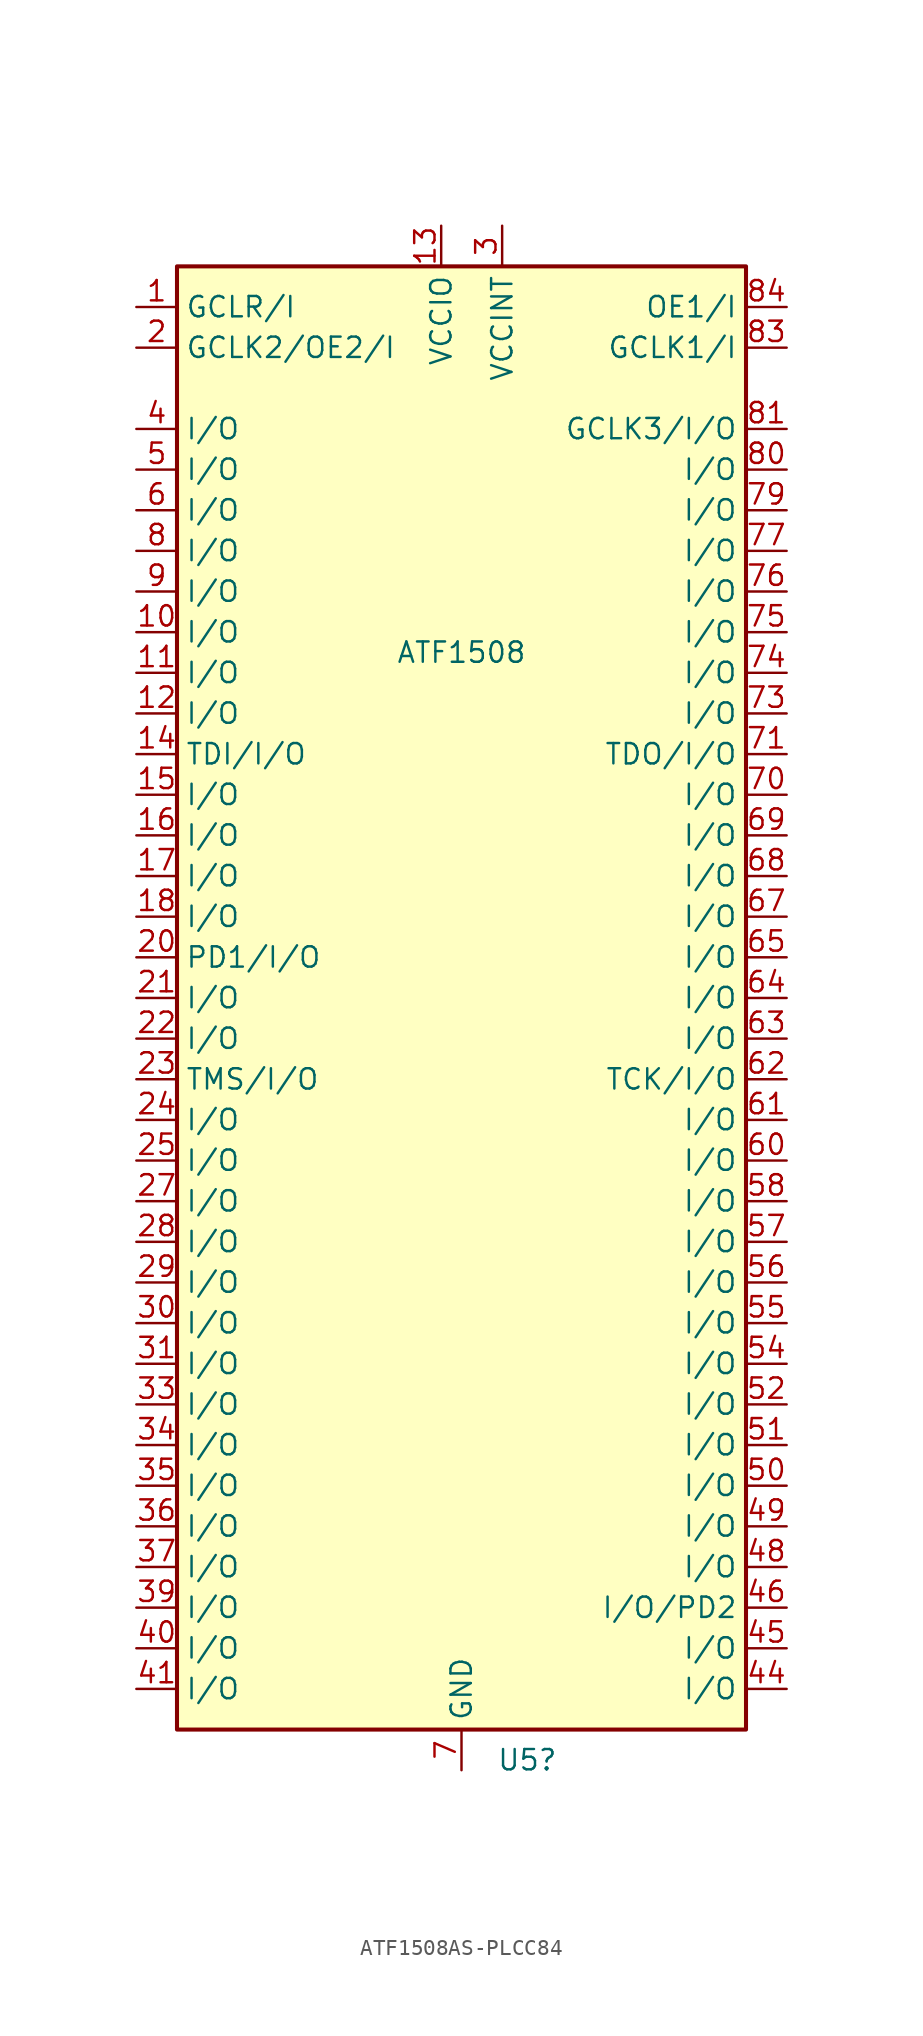
<source format=kicad_sym>
(kicad_symbol_lib
  (version 20231120)
  (generator "kicad_symbol_editor")
  (generator_version "8.0")
  (symbol "ATF1508AS-PLCC84"
    (property "Reference" "U5"
      (at 2.194 -47.625 0)
      (effects (font (size 1.27 1.27)) (justify left)))
    (property "Value" "ATF1508"
      (at 0 21.59 0)
      (effects (font (size 1.27 1.27))))
    (symbol "ATF1508AS-PLCC84_0_1"
      (rectangle (start -17.78 45.72) (end 17.78 -45.72) (stroke (width 0.254) (type default)) (fill (type background))))
    (symbol "ATF1508AS-PLCC84_1_1"
      (pin input line (at -20.32 43.18 0) (length 2.54) (name "GCLR/I" (effects (font (size 1.27 1.27)))) (number "1" (effects (font (size 1.27 1.27)))))
      (pin bidirectional line (at -20.32 22.86 0) (length 2.54) (name "I/O" (effects (font (size 1.27 1.27)))) (number "10" (effects (font (size 1.27 1.27)))))
      (pin bidirectional line (at -20.32 20.32 0) (length 2.54) (name "I/O" (effects (font (size 1.27 1.27)))) (number "11" (effects (font (size 1.27 1.27)))))
      (pin bidirectional line (at -20.32 17.78 0) (length 2.54) (name "I/O" (effects (font (size 1.27 1.27)))) (number "12" (effects (font (size 1.27 1.27)))))
      (pin power_in line (at -1.27 48.26 270) (length 2.54) (name "VCCIO" (effects (font (size 1.27 1.27)))) (number "13" (effects (font (size 1.27 1.27)))))
      (pin bidirectional line (at -20.32 15.24 0) (length 2.54) (name "TDI/I/O" (effects (font (size 1.27 1.27)))) (number "14" (effects (font (size 1.27 1.27)))))
      (pin bidirectional line (at -20.32 12.7 0) (length 2.54) (name "I/O" (effects (font (size 1.27 1.27)))) (number "15" (effects (font (size 1.27 1.27)))))
      (pin bidirectional line (at -20.32 10.16 0) (length 2.54) (name "I/O" (effects (font (size 1.27 1.27)))) (number "16" (effects (font (size 1.27 1.27)))))
      (pin bidirectional line (at -20.32 7.62 0) (length 2.54) (name "I/O" (effects (font (size 1.27 1.27)))) (number "17" (effects (font (size 1.27 1.27)))))
      (pin bidirectional line (at -20.32 5.08 0) (length 2.54) (name "I/O" (effects (font (size 1.27 1.27)))) (number "18" (effects (font (size 1.27 1.27)))))
      (pin passive line (at 0 -48.26 90) (length 2.54) hide (name "GND" (effects (font (size 1.27 1.27)))) (number "19" (effects (font (size 1.27 1.27)))))
      (pin input line (at -20.32 40.64 0) (length 2.54) (name "GCLK2/OE2/I" (effects (font (size 1.27 1.27)))) (number "2" (effects (font (size 1.27 1.27)))))
      (pin bidirectional line (at -20.32 2.54 0) (length 2.54) (name "PD1/I/O" (effects (font (size 1.27 1.27)))) (number "20" (effects (font (size 1.27 1.27)))))
      (pin bidirectional line (at -20.32 0 0) (length 2.54) (name "I/O" (effects (font (size 1.27 1.27)))) (number "21" (effects (font (size 1.27 1.27)))))
      (pin bidirectional line (at -20.32 -2.54 0) (length 2.54) (name "I/O" (effects (font (size 1.27 1.27)))) (number "22" (effects (font (size 1.27 1.27)))))
      (pin bidirectional line (at -20.32 -5.08 0) (length 2.54) (name "TMS/I/O" (effects (font (size 1.27 1.27)))) (number "23" (effects (font (size 1.27 1.27)))))
      (pin bidirectional line (at -20.32 -7.62 0) (length 2.54) (name "I/O" (effects (font (size 1.27 1.27)))) (number "24" (effects (font (size 1.27 1.27)))))
      (pin bidirectional line (at -20.32 -10.16 0) (length 2.54) (name "I/O" (effects (font (size 1.27 1.27)))) (number "25" (effects (font (size 1.27 1.27)))))
      (pin passive line (at -1.27 48.26 270) (length 2.54) hide (name "VCCIO" (effects (font (size 1.27 1.27)))) (number "26" (effects (font (size 1.27 1.27)))))
      (pin bidirectional line (at -20.32 -12.7 0) (length 2.54) (name "I/O" (effects (font (size 1.27 1.27)))) (number "27" (effects (font (size 1.27 1.27)))))
      (pin bidirectional line (at -20.32 -15.24 0) (length 2.54) (name "I/O" (effects (font (size 1.27 1.27)))) (number "28" (effects (font (size 1.27 1.27)))))
      (pin bidirectional line (at -20.32 -17.78 0) (length 2.54) (name "I/O" (effects (font (size 1.27 1.27)))) (number "29" (effects (font (size 1.27 1.27)))))
      (pin power_in line (at 2.54 48.26 270) (length 2.54) (name "VCCINT" (effects (font (size 1.27 1.27)))) (number "3" (effects (font (size 1.27 1.27)))))
      (pin bidirectional line (at -20.32 -20.32 0) (length 2.54) (name "I/O" (effects (font (size 1.27 1.27)))) (number "30" (effects (font (size 1.27 1.27)))))
      (pin bidirectional line (at -20.32 -22.86 0) (length 2.54) (name "I/O" (effects (font (size 1.27 1.27)))) (number "31" (effects (font (size 1.27 1.27)))))
      (pin passive line (at 0 -48.26 90) (length 2.54) hide (name "GND" (effects (font (size 1.27 1.27)))) (number "32" (effects (font (size 1.27 1.27)))))
      (pin bidirectional line (at -20.32 -25.4 0) (length 2.54) (name "I/O" (effects (font (size 1.27 1.27)))) (number "33" (effects (font (size 1.27 1.27)))))
      (pin bidirectional line (at -20.32 -27.94 0) (length 2.54) (name "I/O" (effects (font (size 1.27 1.27)))) (number "34" (effects (font (size 1.27 1.27)))))
      (pin bidirectional line (at -20.32 -30.48 0) (length 2.54) (name "I/O" (effects (font (size 1.27 1.27)))) (number "35" (effects (font (size 1.27 1.27)))))
      (pin bidirectional line (at -20.32 -33.02 0) (length 2.54) (name "I/O" (effects (font (size 1.27 1.27)))) (number "36" (effects (font (size 1.27 1.27)))))
      (pin bidirectional line (at -20.32 -35.56 0) (length 2.54) (name "I/O" (effects (font (size 1.27 1.27)))) (number "37" (effects (font (size 1.27 1.27)))))
      (pin passive line (at -1.27 48.26 270) (length 2.54) hide (name "VCCIO" (effects (font (size 1.27 1.27)))) (number "38" (effects (font (size 1.27 1.27)))))
      (pin bidirectional line (at -20.32 -38.1 0) (length 2.54) (name "I/O" (effects (font (size 1.27 1.27)))) (number "39" (effects (font (size 1.27 1.27)))))
      (pin bidirectional line (at -20.32 35.56 0) (length 2.54) (name "I/O" (effects (font (size 1.27 1.27)))) (number "4" (effects (font (size 1.27 1.27)))))
      (pin bidirectional line (at -20.32 -40.64 0) (length 2.54) (name "I/O" (effects (font (size 1.27 1.27)))) (number "40" (effects (font (size 1.27 1.27)))))
      (pin bidirectional line (at -20.32 -43.18 0) (length 2.54) (name "I/O" (effects (font (size 1.27 1.27)))) (number "41" (effects (font (size 1.27 1.27)))))
      (pin passive line (at 0 -48.26 90) (length 2.54) hide (name "GND" (effects (font (size 1.27 1.27)))) (number "42" (effects (font (size 1.27 1.27)))))
      (pin passive line (at 2.54 48.26 270) (length 2.54) hide (name "VCCINT" (effects (font (size 1.27 1.27)))) (number "43" (effects (font (size 1.27 1.27)))))
      (pin bidirectional line (at 20.32 -43.18 180) (length 2.54) (name "I/O" (effects (font (size 1.27 1.27)))) (number "44" (effects (font (size 1.27 1.27)))))
      (pin bidirectional line (at 20.32 -40.64 180) (length 2.54) (name "I/O" (effects (font (size 1.27 1.27)))) (number "45" (effects (font (size 1.27 1.27)))))
      (pin bidirectional line (at 20.32 -38.1 180) (length 2.54) (name "I/O/PD2" (effects (font (size 1.27 1.27)))) (number "46" (effects (font (size 1.27 1.27)))))
      (pin passive line (at 0 -48.26 90) (length 2.54) hide (name "GND" (effects (font (size 1.27 1.27)))) (number "47" (effects (font (size 1.27 1.27)))))
      (pin bidirectional line (at 20.32 -35.56 180) (length 2.54) (name "I/O" (effects (font (size 1.27 1.27)))) (number "48" (effects (font (size 1.27 1.27)))))
      (pin bidirectional line (at 20.32 -33.02 180) (length 2.54) (name "I/O" (effects (font (size 1.27 1.27)))) (number "49" (effects (font (size 1.27 1.27)))))
      (pin bidirectional line (at -20.32 33.02 0) (length 2.54) (name "I/O" (effects (font (size 1.27 1.27)))) (number "5" (effects (font (size 1.27 1.27)))))
      (pin bidirectional line (at 20.32 -30.48 180) (length 2.54) (name "I/O" (effects (font (size 1.27 1.27)))) (number "50" (effects (font (size 1.27 1.27)))))
      (pin bidirectional line (at 20.32 -27.94 180) (length 2.54) (name "I/O" (effects (font (size 1.27 1.27)))) (number "51" (effects (font (size 1.27 1.27)))))
      (pin bidirectional line (at 20.32 -25.4 180) (length 2.54) (name "I/O" (effects (font (size 1.27 1.27)))) (number "52" (effects (font (size 1.27 1.27)))))
      (pin passive line (at -1.27 48.26 270) (length 2.54) hide (name "VCCIO" (effects (font (size 1.27 1.27)))) (number "53" (effects (font (size 1.27 1.27)))))
      (pin bidirectional line (at 20.32 -22.86 180) (length 2.54) (name "I/O" (effects (font (size 1.27 1.27)))) (number "54" (effects (font (size 1.27 1.27)))))
      (pin bidirectional line (at 20.32 -20.32 180) (length 2.54) (name "I/O" (effects (font (size 1.27 1.27)))) (number "55" (effects (font (size 1.27 1.27)))))
      (pin bidirectional line (at 20.32 -17.78 180) (length 2.54) (name "I/O" (effects (font (size 1.27 1.27)))) (number "56" (effects (font (size 1.27 1.27)))))
      (pin bidirectional line (at 20.32 -15.24 180) (length 2.54) (name "I/O" (effects (font (size 1.27 1.27)))) (number "57" (effects (font (size 1.27 1.27)))))
      (pin bidirectional line (at 20.32 -12.7 180) (length 2.54) (name "I/O" (effects (font (size 1.27 1.27)))) (number "58" (effects (font (size 1.27 1.27)))))
      (pin passive line (at 0 -48.26 90) (length 2.54) hide (name "GND" (effects (font (size 1.27 1.27)))) (number "59" (effects (font (size 1.27 1.27)))))
      (pin bidirectional line (at -20.32 30.48 0) (length 2.54) (name "I/O" (effects (font (size 1.27 1.27)))) (number "6" (effects (font (size 1.27 1.27)))))
      (pin bidirectional line (at 20.32 -10.16 180) (length 2.54) (name "I/O" (effects (font (size 1.27 1.27)))) (number "60" (effects (font (size 1.27 1.27)))))
      (pin bidirectional line (at 20.32 -7.62 180) (length 2.54) (name "I/O" (effects (font (size 1.27 1.27)))) (number "61" (effects (font (size 1.27 1.27)))))
      (pin bidirectional line (at 20.32 -5.08 180) (length 2.54) (name "TCK/I/O" (effects (font (size 1.27 1.27)))) (number "62" (effects (font (size 1.27 1.27)))))
      (pin bidirectional line (at 20.32 -2.54 180) (length 2.54) (name "I/O" (effects (font (size 1.27 1.27)))) (number "63" (effects (font (size 1.27 1.27)))))
      (pin bidirectional line (at 20.32 0 180) (length 2.54) (name "I/O" (effects (font (size 1.27 1.27)))) (number "64" (effects (font (size 1.27 1.27)))))
      (pin bidirectional line (at 20.32 2.54 180) (length 2.54) (name "I/O" (effects (font (size 1.27 1.27)))) (number "65" (effects (font (size 1.27 1.27)))))
      (pin passive line (at -1.27 48.26 270) (length 2.54) hide (name "VCCIO" (effects (font (size 1.27 1.27)))) (number "66" (effects (font (size 1.27 1.27)))))
      (pin bidirectional line (at 20.32 5.08 180) (length 2.54) (name "I/O" (effects (font (size 1.27 1.27)))) (number "67" (effects (font (size 1.27 1.27)))))
      (pin bidirectional line (at 20.32 7.62 180) (length 2.54) (name "I/O" (effects (font (size 1.27 1.27)))) (number "68" (effects (font (size 1.27 1.27)))))
      (pin bidirectional line (at 20.32 10.16 180) (length 2.54) (name "I/O" (effects (font (size 1.27 1.27)))) (number "69" (effects (font (size 1.27 1.27)))))
      (pin power_in line (at 0 -48.26 90) (length 2.54) (name "GND" (effects (font (size 1.27 1.27)))) (number "7" (effects (font (size 1.27 1.27)))))
      (pin bidirectional line (at 20.32 12.7 180) (length 2.54) (name "I/O" (effects (font (size 1.27 1.27)))) (number "70" (effects (font (size 1.27 1.27)))))
      (pin bidirectional line (at 20.32 15.24 180) (length 2.54) (name "TDO/I/O" (effects (font (size 1.27 1.27)))) (number "71" (effects (font (size 1.27 1.27)))))
      (pin passive line (at 0 -48.26 90) (length 2.54) hide (name "GND" (effects (font (size 1.27 1.27)))) (number "72" (effects (font (size 1.27 1.27)))))
      (pin bidirectional line (at 20.32 17.78 180) (length 2.54) (name "I/O" (effects (font (size 1.27 1.27)))) (number "73" (effects (font (size 1.27 1.27)))))
      (pin bidirectional line (at 20.32 20.32 180) (length 2.54) (name "I/O" (effects (font (size 1.27 1.27)))) (number "74" (effects (font (size 1.27 1.27)))))
      (pin bidirectional line (at 20.32 22.86 180) (length 2.54) (name "I/O" (effects (font (size 1.27 1.27)))) (number "75" (effects (font (size 1.27 1.27)))))
      (pin bidirectional line (at 20.32 25.4 180) (length 2.54) (name "I/O" (effects (font (size 1.27 1.27)))) (number "76" (effects (font (size 1.27 1.27)))))
      (pin bidirectional line (at 20.32 27.94 180) (length 2.54) (name "I/O" (effects (font (size 1.27 1.27)))) (number "77" (effects (font (size 1.27 1.27)))))
      (pin passive line (at -1.27 48.26 270) (length 2.54) hide (name "VCCIO" (effects (font (size 1.27 1.27)))) (number "78" (effects (font (size 1.27 1.27)))))
      (pin bidirectional line (at 20.32 30.48 180) (length 2.54) (name "I/O" (effects (font (size 1.27 1.27)))) (number "79" (effects (font (size 1.27 1.27)))))
      (pin bidirectional line (at -20.32 27.94 0) (length 2.54) (name "I/O" (effects (font (size 1.27 1.27)))) (number "8" (effects (font (size 1.27 1.27)))))
      (pin bidirectional line (at 20.32 33.02 180) (length 2.54) (name "I/O" (effects (font (size 1.27 1.27)))) (number "80" (effects (font (size 1.27 1.27)))))
      (pin bidirectional line (at 20.32 35.56 180) (length 2.54) (name "GCLK3/I/O" (effects (font (size 1.27 1.27)))) (number "81" (effects (font (size 1.27 1.27)))))
      (pin passive line (at 0 -48.26 90) (length 2.54) hide (name "GND" (effects (font (size 1.27 1.27)))) (number "82" (effects (font (size 1.27 1.27)))))
      (pin input line (at 20.32 40.64 180) (length 2.54) (name "GCLK1/I" (effects (font (size 1.27 1.27)))) (number "83" (effects (font (size 1.27 1.27)))))
      (pin input line (at 20.32 43.18 180) (length 2.54) (name "OE1/I" (effects (font (size 1.27 1.27)))) (number "84" (effects (font (size 1.27 1.27)))))
      (pin bidirectional line (at -20.32 25.4 0) (length 2.54) (name "I/O" (effects (font (size 1.27 1.27)))) (number "9" (effects (font (size 1.27 1.27))))))))
</source>
